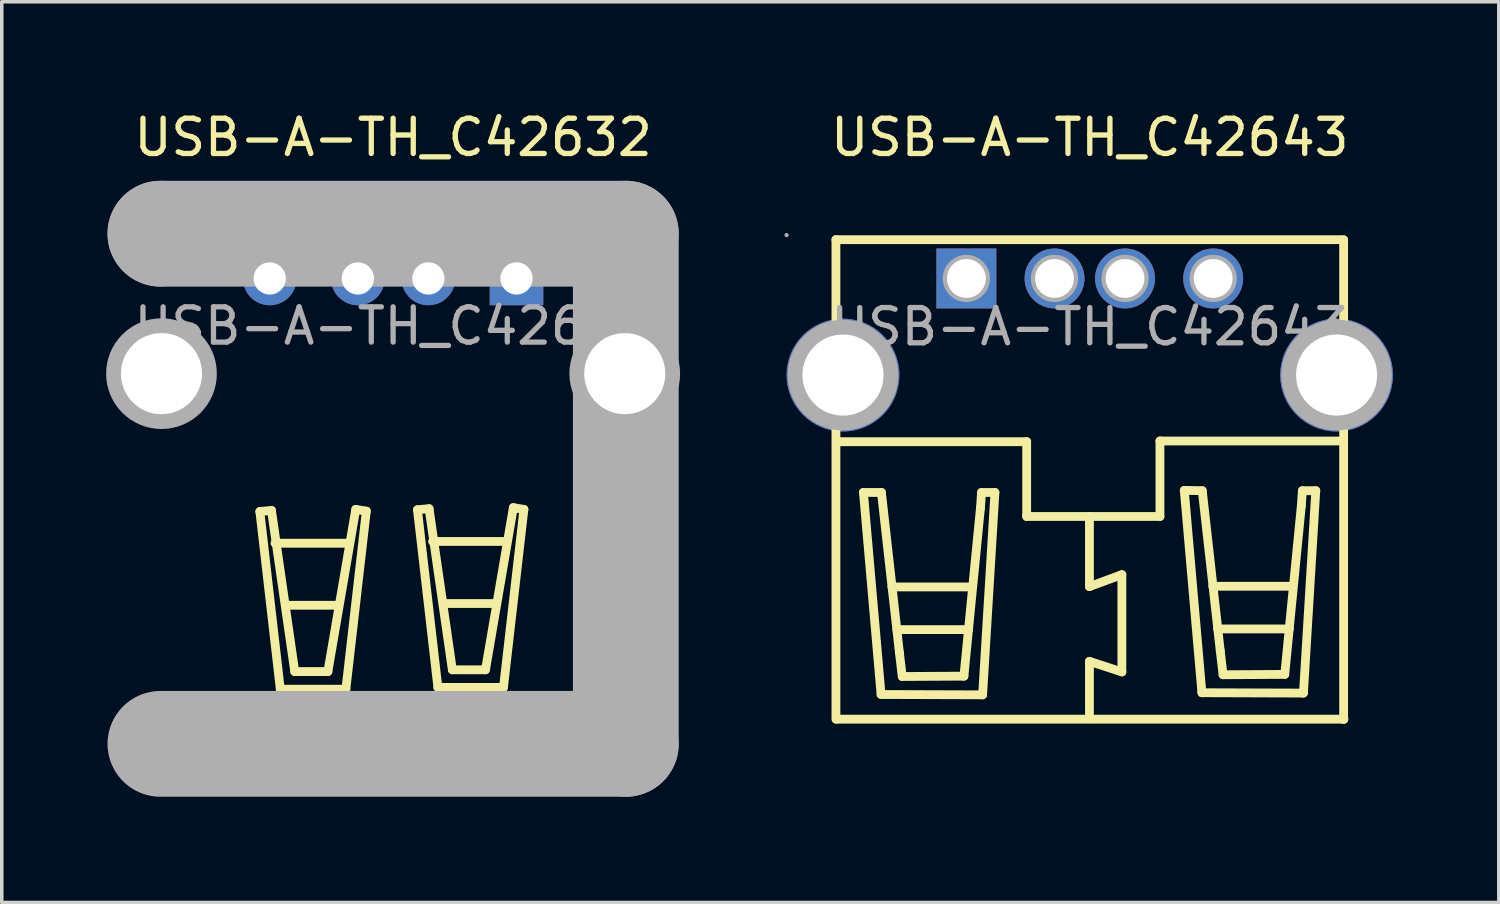
<source format=kicad_pcb>
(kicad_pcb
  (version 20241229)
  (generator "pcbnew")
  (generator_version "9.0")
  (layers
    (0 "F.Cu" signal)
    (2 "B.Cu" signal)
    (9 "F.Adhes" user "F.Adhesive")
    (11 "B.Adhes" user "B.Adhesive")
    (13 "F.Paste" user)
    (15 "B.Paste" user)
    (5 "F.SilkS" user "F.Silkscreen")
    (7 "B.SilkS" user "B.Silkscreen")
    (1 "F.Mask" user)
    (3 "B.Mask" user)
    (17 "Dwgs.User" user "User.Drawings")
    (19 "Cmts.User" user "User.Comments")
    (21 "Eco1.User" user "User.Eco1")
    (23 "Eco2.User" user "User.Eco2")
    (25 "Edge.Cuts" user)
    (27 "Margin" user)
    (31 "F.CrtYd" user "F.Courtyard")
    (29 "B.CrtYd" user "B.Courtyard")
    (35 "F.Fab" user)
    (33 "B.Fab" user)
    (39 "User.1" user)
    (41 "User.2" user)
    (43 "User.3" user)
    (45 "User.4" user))
  (footprint "USB-A-TH_C42632"
    (layer "F.Cu")
    (at 8.1 6.198)
    (property "Reference" "USB-A-TH_C42632" (at 0 -5.35 0) (layer "F.SilkS") (effects (font (size 1 1) (thickness 0.15))))
    (attr through_hole)
    (fp_line (start -3.78 5.26) (end -3.2 10.3) (stroke (width 0.25) (type solid)) (layer "F.SilkS"))
    (fp_line (start -3.45 5.23) (end -3.78 5.26) (stroke (width 0.25) (type solid)) (layer "F.SilkS"))
    (fp_line (start -3.35 6.16) (end -1.27 6.16) (stroke (width 0.25) (type solid)) (layer "F.SilkS"))
    (fp_line (start -3.2 10.3) (end -1.34 10.3) (stroke (width 0.25) (type solid)) (layer "F.SilkS"))
    (fp_line (start -3.02 7.92) (end -1.57 7.92) (stroke (width 0.25) (type solid)) (layer "F.SilkS"))
    (fp_line (start -2.79 9.8) (end -3.45 5.23) (stroke (width 0.25) (type solid)) (layer "F.SilkS"))
    (fp_line (start -1.85 9.8) (end -2.79 9.8) (stroke (width 0.25) (type solid)) (layer "F.SilkS"))
    (fp_line (start -1.34 10.3) (end -0.76 5.25) (stroke (width 0.25) (type solid)) (layer "F.SilkS"))
    (fp_line (start -1.06 5.2) (end -1.85 9.8) (stroke (width 0.25) (type solid)) (layer "F.SilkS"))
    (fp_line (start -0.76 5.25) (end -1.06 5.2) (stroke (width 0.25) (type solid)) (layer "F.SilkS"))
    (fp_line (start 0.69 5.21) (end 1.02 5.18) (stroke (width 0.25) (type solid)) (layer "F.SilkS"))
    (fp_line (start 1.02 5.18) (end 1.68 9.75) (stroke (width 0.25) (type solid)) (layer "F.SilkS"))
    (fp_line (start 1.12 6.11) (end 3.2 6.11) (stroke (width 0.25) (type solid)) (layer "F.SilkS"))
    (fp_line (start 1.27 10.25) (end 0.69 5.21) (stroke (width 0.25) (type solid)) (layer "F.SilkS"))
    (fp_line (start 1.45 7.87) (end 2.9 7.87) (stroke (width 0.25) (type solid)) (layer "F.SilkS"))
    (fp_line (start 1.68 9.75) (end 2.62 9.75) (stroke (width 0.25) (type solid)) (layer "F.SilkS"))
    (fp_line (start 2.62 9.75) (end 3.41 5.15) (stroke (width 0.25) (type solid)) (layer "F.SilkS"))
    (fp_line (start 3.13 10.25) (end 1.27 10.25) (stroke (width 0.25) (type solid)) (layer "F.SilkS"))
    (fp_line (start 3.41 5.15) (end 3.71 5.2) (stroke (width 0.25) (type solid)) (layer "F.SilkS"))
    (fp_line (start 3.71 5.2) (end 3.13 10.25) (stroke (width 0.25) (type solid)) (layer "F.SilkS"))
    (fp_line (start -6.6 -2.62) (end -6.6 -2.62) (stroke (width 3) (type solid)) (layer "F.Fab"))
    (fp_line (start -6.6 -2.62) (end 6.6 -2.62) (stroke (width 3) (type solid)) (layer "F.Fab"))
    (fp_line (start 6.6 -2.62) (end 6.6 11.85) (stroke (width 3) (type solid)) (layer "F.Fab"))
    (fp_line (start 6.6 11.85) (end -6.6 11.85) (stroke (width 3) (type solid)) (layer "F.Fab"))
    (fp_circle (center -6.57 1.35) (end -6.05 1.35) (stroke (width 1.05) (type solid)) (fill no) (layer "F.Fab"))
    (fp_circle (center -3.5 -1.35) (end -3.32 -1.35) (stroke (width 0.36) (type solid)) (fill no) (layer "F.Fab"))
    (fp_circle (center -1 -1.35) (end -0.82 -1.35) (stroke (width 0.36) (type solid)) (fill no) (layer "F.Fab"))
    (fp_circle (center 1 -1.35) (end 1.18 -1.35) (stroke (width 0.36) (type solid)) (fill no) (layer "F.Fab"))
    (fp_circle (center 3.5 -1.35) (end 3.68 -1.35) (stroke (width 0.36) (type solid)) (fill no) (layer "F.Fab"))
    (fp_circle (center 6.57 1.35) (end 7.09 1.35) (stroke (width 1.05) (type solid)) (fill no) (layer "F.Fab"))
    (fp_circle (center 7.97 -2.75) (end 8 -2.75) (stroke (width 0.06) (type solid)) (fill no) (layer "F.Fab"))
    (fp_text user "${REFERENCE}" (at 0 0 0) (layer "F.Fab") (effects (font (size 1 1) (thickness 0.15))))
    (pad "1" thru_hole rect (at 3.5 -1.35) (size 1.52 1.52) (drill 0.914) (layers "*.Cu" "*.Paste" "*.Mask"))
    (pad "2" thru_hole circle (at 1 -1.35) (size 1.52 1.52) (drill 0.914) (layers "*.Cu" "*.Paste" "*.Mask"))
    (pad "3" thru_hole circle (at -1 -1.35) (size 1.52 1.52) (drill 0.914) (layers "*.Cu" "*.Paste" "*.Mask"))
    (pad "4" thru_hole circle (at -3.5 -1.35) (size 1.52 1.52) (drill 0.914) (layers "*.Cu" "*.Paste" "*.Mask"))
    (pad "5" thru_hole circle (at 6.57 1.35) (size 2.8 2.8) (drill 2.3) (layers "*.Cu" "*.Paste" "*.Mask"))
    (pad "6" thru_hole circle (at -6.57 1.35) (size 2.8 2.8) (drill 2.3) (layers "*.Cu" "*.Paste" "*.Mask")))
  (footprint "USB-A-TH_C42643"
    (layer "F.Cu")
    (at 27.86 6.218)
    (property "Reference" "USB-A-TH_C42643" (at 0 -5.37 0) (layer "F.SilkS") (effects (font (size 1 1) (thickness 0.15))))
    (attr through_hole)
    (fp_line (start -7.2 -2.47) (end -7.2 11.13) (stroke (width 0.25) (type solid)) (layer "F.SilkS"))
    (fp_line (start -7.2 -2.47) (end 7.2 -2.47) (stroke (width 0.25) (type solid)) (layer "F.SilkS"))
    (fp_line (start -7.19 11.13) (end 7.21 11.13) (stroke (width 0.25) (type solid)) (layer "F.SilkS"))
    (fp_line (start -6.42 4.7) (end -5.91 4.7) (stroke (width 0.25) (type solid)) (layer "F.SilkS"))
    (fp_line (start -5.92 10.43) (end -6.42 4.7) (stroke (width 0.25) (type solid)) (layer "F.SilkS"))
    (fp_line (start -5.91 4.7) (end -5.4 9.24) (stroke (width 0.25) (type solid)) (layer "F.SilkS"))
    (fp_line (start -5.61 7.38) (end -3.35 7.38) (stroke (width 0.25) (type solid)) (layer "F.SilkS"))
    (fp_line (start -5.47 8.59) (end -3.44 8.59) (stroke (width 0.25) (type solid)) (layer "F.SilkS"))
    (fp_line (start -5.4 9.24) (end -5.32 9.92) (stroke (width 0.25) (type solid)) (layer "F.SilkS"))
    (fp_line (start -5.32 9.92) (end -3.57 9.91) (stroke (width 0.25) (type solid)) (layer "F.SilkS"))
    (fp_line (start -3.57 9.91) (end -3.1 5.13) (stroke (width 0.25) (type solid)) (layer "F.SilkS"))
    (fp_line (start -3.1 5.13) (end -3.07 4.7) (stroke (width 0.25) (type solid)) (layer "F.SilkS"))
    (fp_line (start -3.07 4.7) (end -2.69 4.7) (stroke (width 0.25) (type solid)) (layer "F.SilkS"))
    (fp_line (start -3.04 10.44) (end -5.92 10.43) (stroke (width 0.25) (type solid)) (layer "F.SilkS"))
    (fp_line (start -2.69 4.7) (end -3.04 10.44) (stroke (width 0.25) (type solid)) (layer "F.SilkS"))
    (fp_line (start -1.79 3.26) (end -7.19 3.26) (stroke (width 0.25) (type solid)) (layer "F.SilkS"))
    (fp_line (start -1.79 5.38) (end -1.79 3.26) (stroke (width 0.25) (type solid)) (layer "F.SilkS"))
    (fp_line (start -0.01 5.38) (end -0.01 7.37) (stroke (width 0.25) (type solid)) (layer "F.SilkS"))
    (fp_line (start -0.01 7.37) (end 0.91 7.03) (stroke (width 0.25) (type solid)) (layer "F.SilkS"))
    (fp_line (start -0.01 9.49) (end -0.01 11.12) (stroke (width 0.25) (type solid)) (layer "F.SilkS"))
    (fp_line (start 0.91 7.03) (end 0.91 9.79) (stroke (width 0.25) (type solid)) (layer "F.SilkS"))
    (fp_line (start 0.91 9.79) (end -0.01 9.49) (stroke (width 0.25) (type solid)) (layer "F.SilkS"))
    (fp_line (start 1.99 3.24) (end 1.99 5.38) (stroke (width 0.25) (type solid)) (layer "F.SilkS"))
    (fp_line (start 1.99 5.38) (end -1.79 5.38) (stroke (width 0.25) (type solid)) (layer "F.SilkS"))
    (fp_line (start 2.68 4.64) (end 3.19 4.65) (stroke (width 0.25) (type solid)) (layer "F.SilkS"))
    (fp_line (start 3.18 10.38) (end 2.68 4.64) (stroke (width 0.25) (type solid)) (layer "F.SilkS"))
    (fp_line (start 3.19 4.65) (end 3.7 9.19) (stroke (width 0.25) (type solid)) (layer "F.SilkS"))
    (fp_line (start 3.49 7.36) (end 5.75 7.36) (stroke (width 0.25) (type solid)) (layer "F.SilkS"))
    (fp_line (start 3.63 8.57) (end 5.66 8.57) (stroke (width 0.25) (type solid)) (layer "F.SilkS"))
    (fp_line (start 3.7 9.19) (end 3.78 9.87) (stroke (width 0.25) (type solid)) (layer "F.SilkS"))
    (fp_line (start 3.78 9.87) (end 5.53 9.86) (stroke (width 0.25) (type solid)) (layer "F.SilkS"))
    (fp_line (start 5.53 9.86) (end 6 5.08) (stroke (width 0.25) (type solid)) (layer "F.SilkS"))
    (fp_line (start 6 5.08) (end 6.03 4.65) (stroke (width 0.25) (type solid)) (layer "F.SilkS"))
    (fp_line (start 6.03 4.65) (end 6.41 4.65) (stroke (width 0.25) (type solid)) (layer "F.SilkS"))
    (fp_line (start 6.06 10.39) (end 3.18 10.38) (stroke (width 0.25) (type solid)) (layer "F.SilkS"))
    (fp_line (start 6.41 4.65) (end 6.06 10.39) (stroke (width 0.25) (type solid)) (layer "F.SilkS"))
    (fp_line (start 7.19 3.24) (end 1.99 3.24) (stroke (width 0.25) (type solid)) (layer "F.SilkS"))
    (fp_line (start 7.2 -2.46) (end 7.2 11.14) (stroke (width 0.25) (type solid)) (layer "F.SilkS"))
    (fp_circle (center -8.6 -2.6) (end -8.57 -2.6) (stroke (width 0.06) (type solid)) (fill no) (layer "F.Fab"))
    (fp_circle (center -7 1.37) (end -6.48 1.37) (stroke (width 1.05) (type solid)) (fill no) (layer "F.Fab"))
    (fp_circle (center -3.5 -1.37) (end -3.28 -1.37) (stroke (width 0.45) (type solid)) (fill no) (layer "F.Fab"))
    (fp_circle (center -1 -1.37) (end -0.78 -1.37) (stroke (width 0.45) (type solid)) (fill no) (layer "F.Fab"))
    (fp_circle (center 1 -1.37) (end 1.22 -1.37) (stroke (width 0.45) (type solid)) (fill no) (layer "F.Fab"))
    (fp_circle (center 3.5 -1.37) (end 3.72 -1.37) (stroke (width 0.45) (type solid)) (fill no) (layer "F.Fab"))
    (fp_circle (center 7 1.37) (end 7.52 1.37) (stroke (width 1.05) (type solid)) (fill no) (layer "F.Fab"))
    (fp_text user "${REFERENCE}" (at 0 0 0) (layer "F.Fab") (effects (font (size 1 1) (thickness 0.15))))
    (pad "0" thru_hole circle (at -7 1.37 90) (size 3.2 3.2) (drill 2.3) (layers "*.Cu" "*.Paste" "*.Mask"))
    (pad "0" thru_hole circle (at 7 1.37 90) (size 3.2 3.2) (drill 2.3) (layers "*.Cu" "*.Paste" "*.Mask"))
    (pad "1" thru_hole rect (at -3.5 -1.37 270) (size 1.7 1.7) (drill 1.1) (layers "*.Cu" "*.Paste" "*.Mask"))
    (pad "2" thru_hole circle (at -1 -1.37 270) (size 1.7 1.7) (drill 1.1) (layers "*.Cu" "*.Paste" "*.Mask"))
    (pad "3" thru_hole circle (at 1 -1.37 270) (size 1.7 1.7) (drill 1.1) (layers "*.Cu" "*.Paste" "*.Mask"))
    (pad "4" thru_hole circle (at 3.5 -1.37 270) (size 1.7 1.7) (drill 1.1) (layers "*.Cu" "*.Paste" "*.Mask")))
  (gr_rect
    (start -3 -3)
    (end 39.46 22.548)
    (stroke (width 0.1) (type default))
    (fill no)
    (layer "Edge.Cuts")))
</source>
